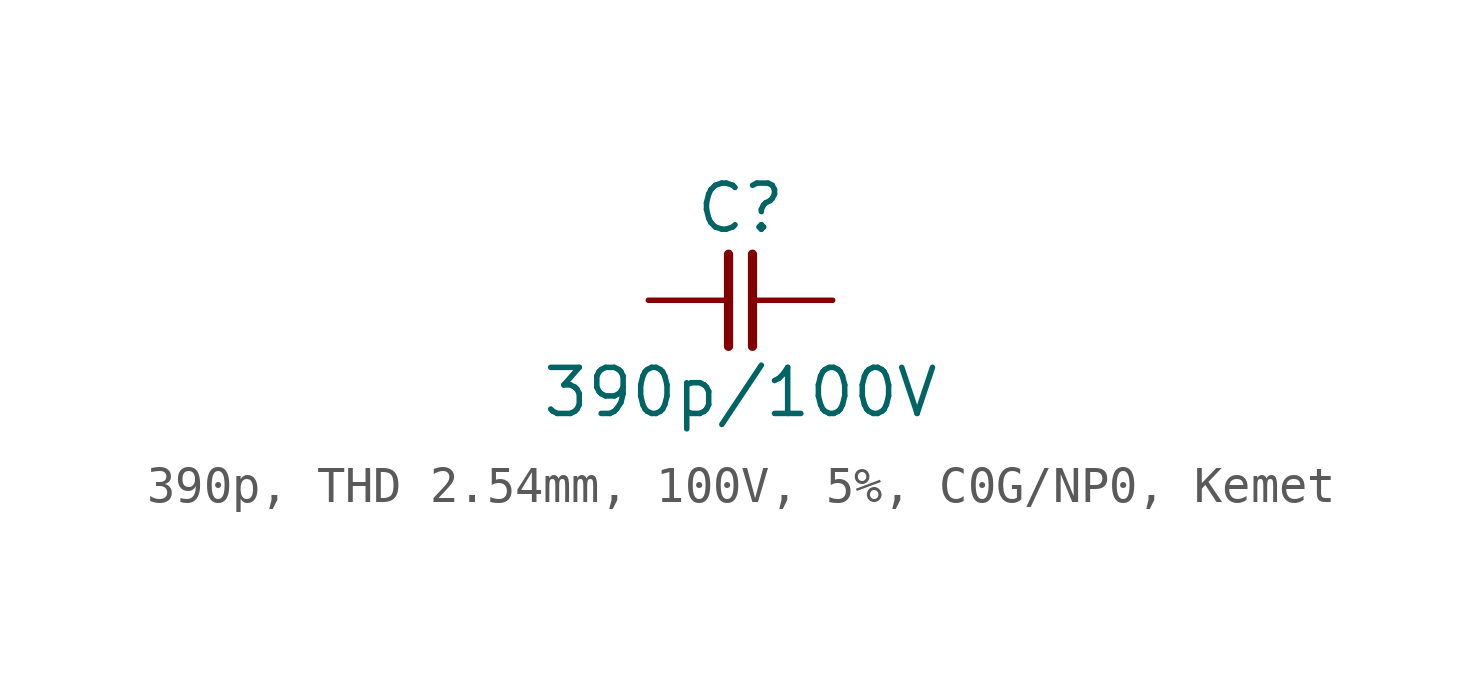
<source format=kicad_sym>
(kicad_symbol_lib
  (version 20241209)
  (generator "kicad_symbol_editor")
  (generator_version "9.0")
  (symbol "390p, THD 2.54mm, 100V, 5%, C0G/NP0, Kemet"
    (pin_numbers
      (hide yes))
    (pin_names
      (offset 0)
      (hide yes))
    (property "Reference" "C"
      (at 0 2.54 0)
      (effects (font (size 1.27 1.27))))
    (property "Value" "390p/100V"
      (at 0 -2.54 0)
      (effects (font (size 1.27 1.27))))
    (symbol "390p, THD 2.54mm, 100V, 5%, C0G/NP0, Kemet_0_1"
      (polyline (pts (xy -0.33 1.27) (xy -0.33 -1.27)) (stroke (width 0.254) (type default)) (fill (type none)))
      (polyline (pts (xy 0.33 1.27) (xy 0.33 -1.27)) (stroke (width 0.254) (type default)) (fill (type none))))
    (symbol "390p, THD 2.54mm, 100V, 5%, C0G/NP0, Kemet_1_1"
      (pin passive line (at -2.54 0 0) (length 2.21) (name "1" (effects (font (size 1.27 1.27)))) (number "1" (effects (font (size 1.27 1.27)))))
      (pin passive line (at 2.54 0 180) (length 2.21) (name "2" (effects (font (size 1.27 1.27)))) (number "2" (effects (font (size 1.27 1.27))))))))
</source>
